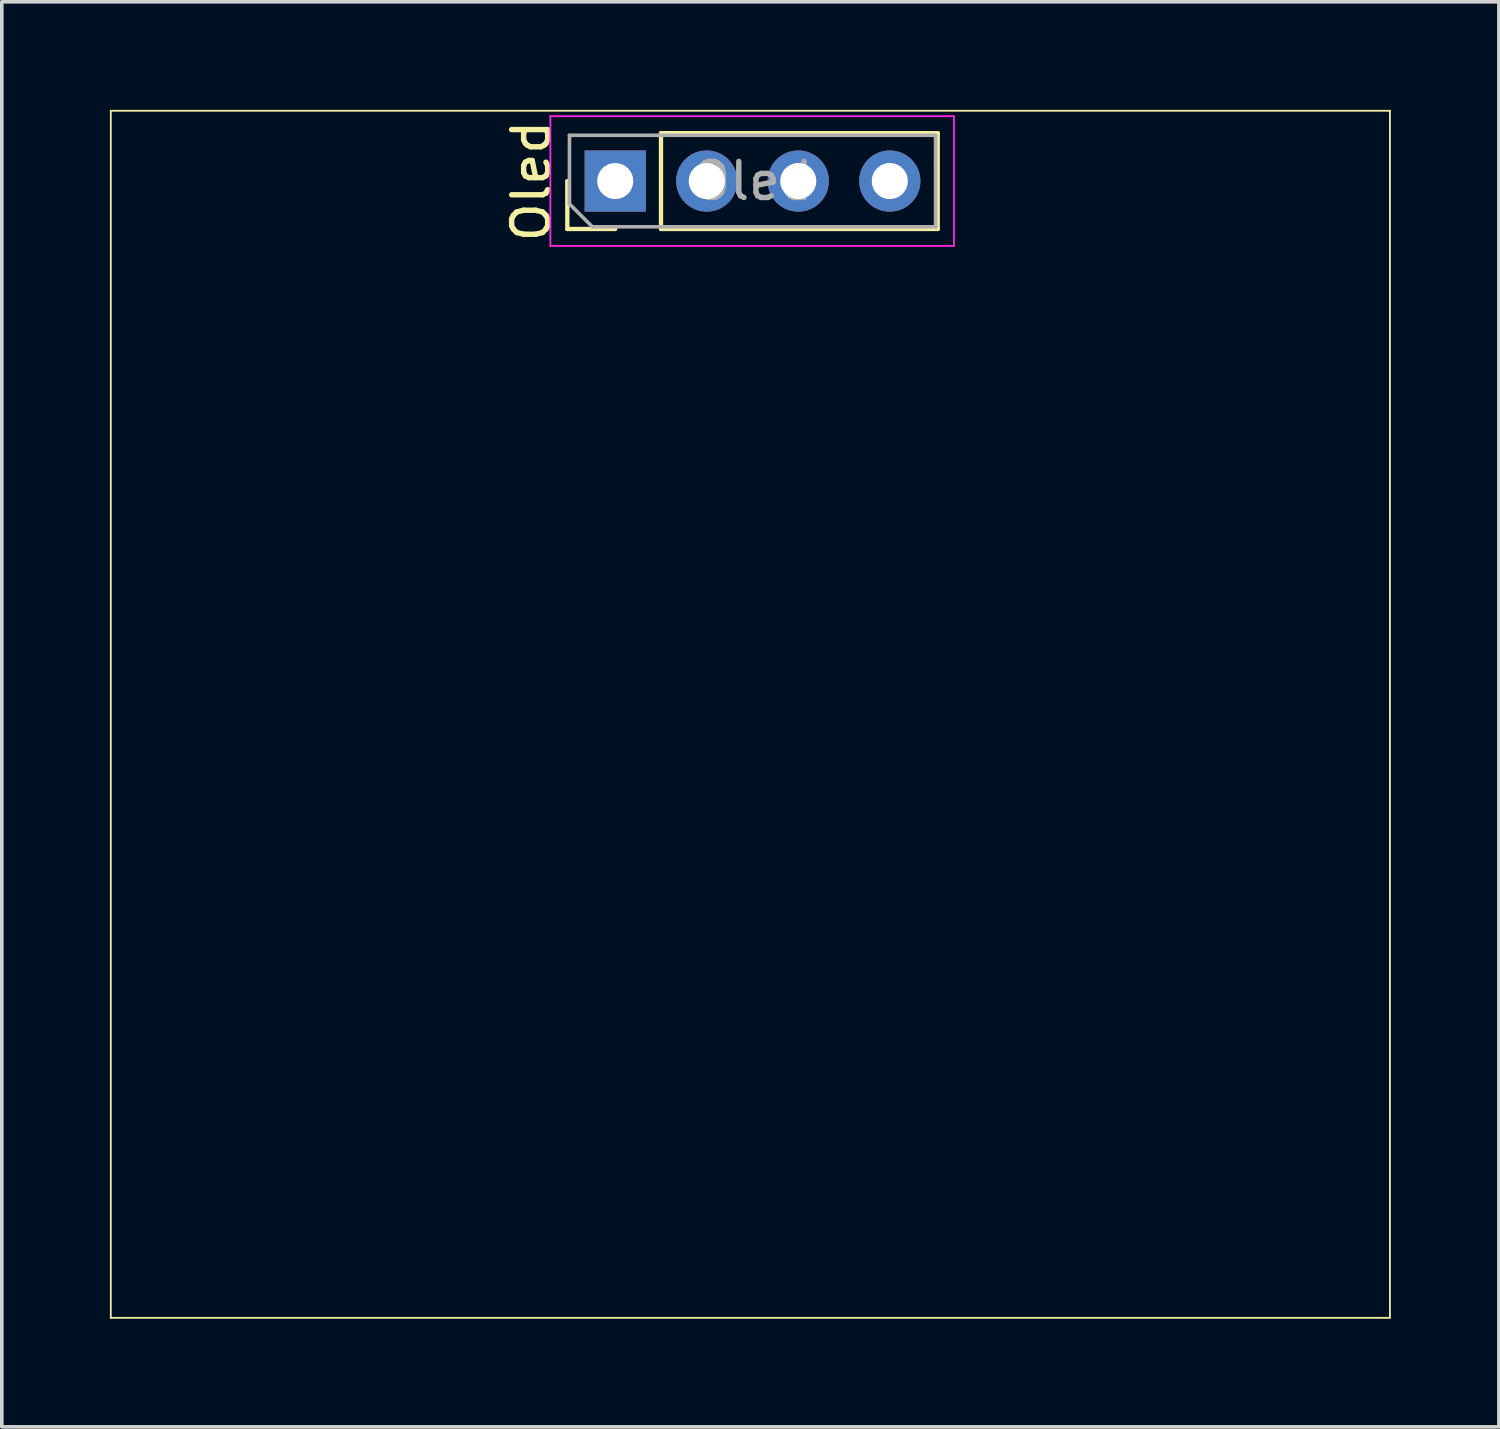
<source format=kicad_pcb>
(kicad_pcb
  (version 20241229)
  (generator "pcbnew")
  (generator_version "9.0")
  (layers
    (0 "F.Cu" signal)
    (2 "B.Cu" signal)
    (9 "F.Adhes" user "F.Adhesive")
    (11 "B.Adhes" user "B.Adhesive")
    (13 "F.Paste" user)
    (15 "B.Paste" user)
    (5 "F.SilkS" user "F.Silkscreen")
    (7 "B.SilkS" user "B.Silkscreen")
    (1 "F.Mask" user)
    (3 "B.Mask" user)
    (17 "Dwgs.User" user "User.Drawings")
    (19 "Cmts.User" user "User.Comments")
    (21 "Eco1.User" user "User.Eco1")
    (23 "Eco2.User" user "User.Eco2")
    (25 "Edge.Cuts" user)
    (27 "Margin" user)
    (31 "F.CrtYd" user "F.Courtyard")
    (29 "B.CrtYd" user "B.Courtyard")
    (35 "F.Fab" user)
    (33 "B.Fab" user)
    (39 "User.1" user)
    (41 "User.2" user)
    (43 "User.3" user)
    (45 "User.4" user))
  (footprint "Oled"
    (layer "F.Cu")
    (at 17.775 2.025)
    (property "Reference" "Oled" (at -6.08 -0.05 90) (layer "F.SilkS") (effects (font (size 1 1) (thickness 0.15))))
    (attr through_hole)
    (fp_line (start -17.75 -2) (end -17.75 31.5) (stroke (width 0.05) (type solid)) (layer "F.SilkS"))
    (fp_line (start -17.75 -2) (end 17.75 -2) (stroke (width 0.05) (type solid)) (layer "F.SilkS"))
    (fp_line (start -17.75 31.5) (end 17.75 31.5) (stroke (width 0.05) (type solid)) (layer "F.SilkS"))
    (fp_line (start -5.08 1.28) (end -5.08 -0.05) (stroke (width 0.12) (type solid)) (layer "F.SilkS"))
    (fp_line (start -3.75 1.28) (end -5.08 1.28) (stroke (width 0.12) (type solid)) (layer "F.SilkS"))
    (fp_line (start -2.48 -1.38) (end 5.2 -1.38) (stroke (width 0.12) (type solid)) (layer "F.SilkS"))
    (fp_line (start -2.48 1.28) (end -2.48 -1.38) (stroke (width 0.12) (type solid)) (layer "F.SilkS"))
    (fp_line (start -2.48 1.28) (end 5.2 1.28) (stroke (width 0.12) (type solid)) (layer "F.SilkS"))
    (fp_line (start 5.2 1.28) (end 5.2 -1.38) (stroke (width 0.12) (type solid)) (layer "F.SilkS"))
    (fp_line (start 17.75 -2) (end 17.75 31.5) (stroke (width 0.05) (type solid)) (layer "F.SilkS"))
    (fp_line (start -5.55 -1.85) (end -5.55 1.75) (stroke (width 0.05) (type solid)) (layer "F.CrtYd"))
    (fp_line (start -5.55 1.75) (end 5.65 1.75) (stroke (width 0.05) (type solid)) (layer "F.CrtYd"))
    (fp_line (start 5.65 -1.85) (end -5.55 -1.85) (stroke (width 0.05) (type solid)) (layer "F.CrtYd"))
    (fp_line (start 5.65 1.75) (end 5.65 -1.85) (stroke (width 0.05) (type solid)) (layer "F.CrtYd"))
    (fp_line (start -5.02 -1.32) (end 5.14 -1.32) (stroke (width 0.1) (type solid)) (layer "F.Fab"))
    (fp_line (start -5.02 0.585) (end -5.02 -1.32) (stroke (width 0.1) (type solid)) (layer "F.Fab"))
    (fp_line (start -4.385 1.22) (end -5.02 0.585) (stroke (width 0.1) (type solid)) (layer "F.Fab"))
    (fp_line (start 5.14 -1.32) (end 5.14 1.22) (stroke (width 0.1) (type solid)) (layer "F.Fab"))
    (fp_line (start 5.14 1.22) (end -4.385 1.22) (stroke (width 0.1) (type solid)) (layer "F.Fab"))
    (fp_text user "${REFERENCE}" (at 0.06 -0.05 180) (layer "F.Fab") (effects (font (size 1 1) (thickness 0.15))))
    (pad "1" thru_hole rect (at -3.75 -0.05 90) (size 1.7 1.7) (drill 1) (layers "*.Cu" "*.Mask"))
    (pad "2" thru_hole oval (at -1.21 -0.05 90) (size 1.7 1.7) (drill 1) (layers "*.Cu" "*.Mask"))
    (pad "3" thru_hole oval (at 1.33 -0.05 90) (size 1.7 1.7) (drill 1) (layers "*.Cu" "*.Mask"))
    (pad "4" thru_hole oval (at 3.87 -0.05 90) (size 1.7 1.7) (drill 1) (layers "*.Cu" "*.Mask")))
  (gr_rect
    (start -3 -3)
    (end 38.55 36.55)
    (stroke (width 0.1) (type default))
    (fill no)
    (layer "Edge.Cuts")))
</source>
